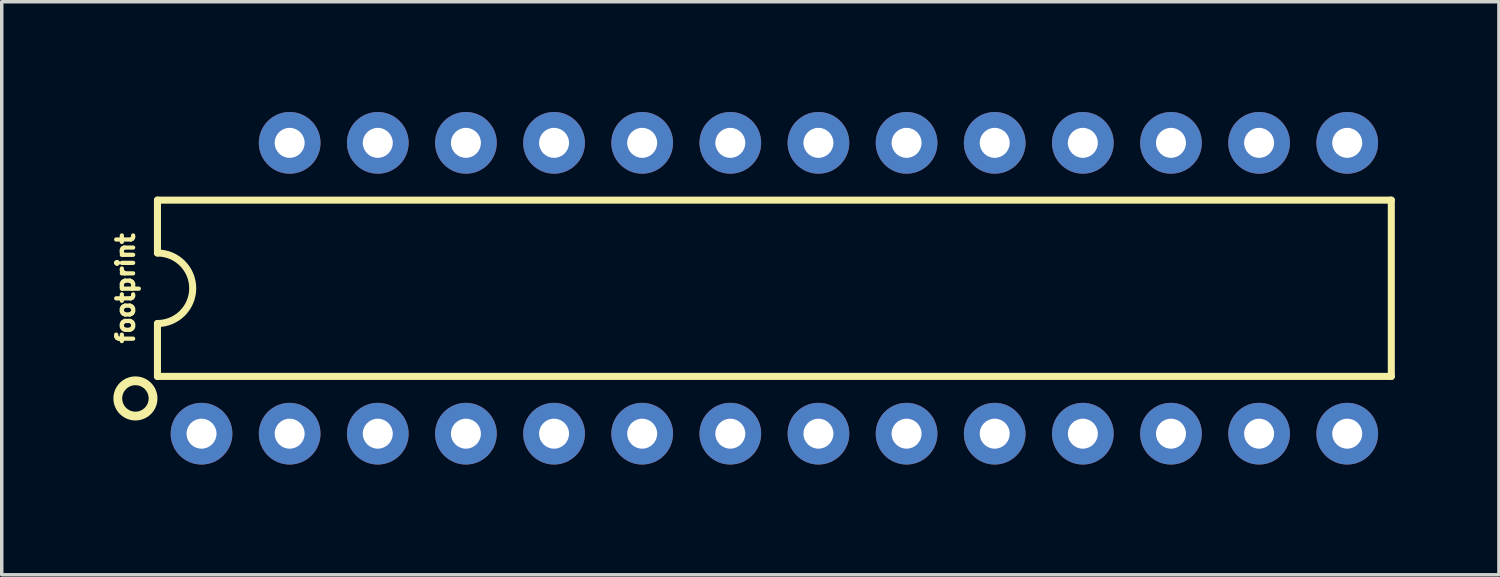
<source format=kicad_pcb>
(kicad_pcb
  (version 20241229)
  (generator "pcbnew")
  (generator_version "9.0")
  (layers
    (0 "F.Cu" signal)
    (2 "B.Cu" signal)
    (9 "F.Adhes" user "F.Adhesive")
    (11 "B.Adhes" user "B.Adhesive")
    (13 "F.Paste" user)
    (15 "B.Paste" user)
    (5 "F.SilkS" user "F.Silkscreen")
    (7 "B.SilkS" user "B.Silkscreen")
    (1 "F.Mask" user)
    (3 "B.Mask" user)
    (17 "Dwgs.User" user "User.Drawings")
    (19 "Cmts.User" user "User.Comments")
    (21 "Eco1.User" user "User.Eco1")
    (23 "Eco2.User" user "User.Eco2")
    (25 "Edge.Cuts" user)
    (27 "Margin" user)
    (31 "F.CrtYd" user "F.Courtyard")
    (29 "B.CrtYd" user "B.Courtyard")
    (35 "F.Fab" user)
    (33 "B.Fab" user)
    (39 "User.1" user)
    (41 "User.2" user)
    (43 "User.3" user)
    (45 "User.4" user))
  (footprint "footprint"
    (layer "F.Cu")
    (at 19.268 5.258)
    (property "Reference" "footprint" (at -18.415 0 90) (layer "F.SilkS") (effects (font (size 0.488 0.488) (thickness 0.122)) (justify bottom)))
    (fp_circle (center -16.51 4.191) (end -16.294 4.191) (stroke (width 0.432) (type solid)) (fill yes) (layer "F.Mask"))
    (fp_circle (center -13.97 -4.191) (end -13.754 -4.191) (stroke (width 0.432) (type solid)) (fill yes) (layer "F.Mask"))
    (fp_circle (center -13.97 4.191) (end -13.754 4.191) (stroke (width 0.432) (type solid)) (fill yes) (layer "F.Mask"))
    (fp_circle (center -11.43 -4.191) (end -11.214 -4.191) (stroke (width 0.432) (type solid)) (fill yes) (layer "F.Mask"))
    (fp_circle (center -11.43 4.191) (end -11.214 4.191) (stroke (width 0.432) (type solid)) (fill yes) (layer "F.Mask"))
    (fp_circle (center -8.89 -4.191) (end -8.674 -4.191) (stroke (width 0.432) (type solid)) (fill yes) (layer "F.Mask"))
    (fp_circle (center -8.89 4.191) (end -8.674 4.191) (stroke (width 0.432) (type solid)) (fill yes) (layer "F.Mask"))
    (fp_circle (center -6.35 -4.191) (end -6.134 -4.191) (stroke (width 0.432) (type solid)) (fill yes) (layer "F.Mask"))
    (fp_circle (center -6.35 4.191) (end -6.134 4.191) (stroke (width 0.432) (type solid)) (fill yes) (layer "F.Mask"))
    (fp_circle (center -3.81 -4.191) (end -3.594 -4.191) (stroke (width 0.432) (type solid)) (fill yes) (layer "F.Mask"))
    (fp_circle (center -3.81 4.191) (end -3.594 4.191) (stroke (width 0.432) (type solid)) (fill yes) (layer "F.Mask"))
    (fp_circle (center -1.27 -4.191) (end -1.054 -4.191) (stroke (width 0.432) (type solid)) (fill yes) (layer "F.Mask"))
    (fp_circle (center -1.27 4.191) (end -1.054 4.191) (stroke (width 0.432) (type solid)) (fill yes) (layer "F.Mask"))
    (fp_circle (center 1.27 -4.191) (end 1.486 -4.191) (stroke (width 0.432) (type solid)) (fill yes) (layer "F.Mask"))
    (fp_circle (center 1.27 4.191) (end 1.486 4.191) (stroke (width 0.432) (type solid)) (fill yes) (layer "F.Mask"))
    (fp_circle (center 3.81 -4.191) (end 4.026 -4.191) (stroke (width 0.432) (type solid)) (fill yes) (layer "F.Mask"))
    (fp_circle (center 3.81 4.191) (end 4.026 4.191) (stroke (width 0.432) (type solid)) (fill yes) (layer "F.Mask"))
    (fp_circle (center 6.35 -4.191) (end 6.566 -4.191) (stroke (width 0.432) (type solid)) (fill yes) (layer "F.Mask"))
    (fp_circle (center 6.35 4.191) (end 6.566 4.191) (stroke (width 0.432) (type solid)) (fill yes) (layer "F.Mask"))
    (fp_circle (center 8.89 -4.191) (end 9.106 -4.191) (stroke (width 0.432) (type solid)) (fill yes) (layer "F.Mask"))
    (fp_circle (center 8.89 4.191) (end 9.106 4.191) (stroke (width 0.432) (type solid)) (fill yes) (layer "F.Mask"))
    (fp_circle (center 11.43 -4.191) (end 11.646 -4.191) (stroke (width 0.432) (type solid)) (fill yes) (layer "F.Mask"))
    (fp_circle (center 11.43 4.191) (end 11.646 4.191) (stroke (width 0.432) (type solid)) (fill yes) (layer "F.Mask"))
    (fp_circle (center 13.97 -4.191) (end 14.186 -4.191) (stroke (width 0.432) (type solid)) (fill yes) (layer "F.Mask"))
    (fp_circle (center 13.97 4.191) (end 14.186 4.191) (stroke (width 0.432) (type solid)) (fill yes) (layer "F.Mask"))
    (fp_circle (center 16.51 -4.191) (end 16.726 -4.191) (stroke (width 0.432) (type solid)) (fill yes) (layer "F.Mask"))
    (fp_circle (center 16.51 4.191) (end 16.726 4.191) (stroke (width 0.432) (type solid)) (fill yes) (layer "F.Mask"))
    (fp_circle (center -16.51 4.191) (end -15.977 4.191) (stroke (width 1.067) (type solid)) (fill yes) (layer "B.Mask"))
    (fp_circle (center -13.97 -4.191) (end -13.437 -4.191) (stroke (width 1.067) (type solid)) (fill yes) (layer "B.Mask"))
    (fp_circle (center -13.97 4.191) (end -13.437 4.191) (stroke (width 1.067) (type solid)) (fill yes) (layer "B.Mask"))
    (fp_circle (center -11.43 -4.191) (end -10.897 -4.191) (stroke (width 1.067) (type solid)) (fill yes) (layer "B.Mask"))
    (fp_circle (center -11.43 4.191) (end -10.897 4.191) (stroke (width 1.067) (type solid)) (fill yes) (layer "B.Mask"))
    (fp_circle (center -8.89 -4.191) (end -8.357 -4.191) (stroke (width 1.067) (type solid)) (fill yes) (layer "B.Mask"))
    (fp_circle (center -8.89 4.191) (end -8.357 4.191) (stroke (width 1.067) (type solid)) (fill yes) (layer "B.Mask"))
    (fp_circle (center -6.35 -4.191) (end -5.817 -4.191) (stroke (width 1.067) (type solid)) (fill yes) (layer "B.Mask"))
    (fp_circle (center -6.35 4.191) (end -5.817 4.191) (stroke (width 1.067) (type solid)) (fill yes) (layer "B.Mask"))
    (fp_circle (center -3.81 -4.191) (end -3.277 -4.191) (stroke (width 1.067) (type solid)) (fill yes) (layer "B.Mask"))
    (fp_circle (center -3.81 4.191) (end -3.277 4.191) (stroke (width 1.067) (type solid)) (fill yes) (layer "B.Mask"))
    (fp_circle (center -1.27 -4.191) (end -0.737 -4.191) (stroke (width 1.067) (type solid)) (fill yes) (layer "B.Mask"))
    (fp_circle (center -1.27 4.191) (end -0.737 4.191) (stroke (width 1.067) (type solid)) (fill yes) (layer "B.Mask"))
    (fp_circle (center 1.27 -4.191) (end 1.803 -4.191) (stroke (width 1.067) (type solid)) (fill yes) (layer "B.Mask"))
    (fp_circle (center 1.27 4.191) (end 1.803 4.191) (stroke (width 1.067) (type solid)) (fill yes) (layer "B.Mask"))
    (fp_circle (center 3.81 -4.191) (end 4.343 -4.191) (stroke (width 1.067) (type solid)) (fill yes) (layer "B.Mask"))
    (fp_circle (center 3.81 4.191) (end 4.343 4.191) (stroke (width 1.067) (type solid)) (fill yes) (layer "B.Mask"))
    (fp_circle (center 6.35 -4.191) (end 6.883 -4.191) (stroke (width 1.067) (type solid)) (fill yes) (layer "B.Mask"))
    (fp_circle (center 6.35 4.191) (end 6.883 4.191) (stroke (width 1.067) (type solid)) (fill yes) (layer "B.Mask"))
    (fp_circle (center 8.89 -4.191) (end 9.423 -4.191) (stroke (width 1.067) (type solid)) (fill yes) (layer "B.Mask"))
    (fp_circle (center 8.89 4.191) (end 9.423 4.191) (stroke (width 1.067) (type solid)) (fill yes) (layer "B.Mask"))
    (fp_circle (center 11.43 -4.191) (end 11.963 -4.191) (stroke (width 1.067) (type solid)) (fill yes) (layer "B.Mask"))
    (fp_circle (center 11.43 4.191) (end 11.963 4.191) (stroke (width 1.067) (type solid)) (fill yes) (layer "B.Mask"))
    (fp_circle (center 13.97 -4.191) (end 14.503 -4.191) (stroke (width 1.067) (type solid)) (fill yes) (layer "B.Mask"))
    (fp_circle (center 13.97 4.191) (end 14.503 4.191) (stroke (width 1.067) (type solid)) (fill yes) (layer "B.Mask"))
    (fp_circle (center 16.51 -4.191) (end 17.043 -4.191) (stroke (width 1.067) (type solid)) (fill yes) (layer "B.Mask"))
    (fp_circle (center 16.51 4.191) (end 17.043 4.191) (stroke (width 1.067) (type solid)) (fill yes) (layer "B.Mask"))
    (fp_line (start -17.78 -2.54) (end -17.78 -1.016) (stroke (width 0.203) (type solid)) (layer "F.SilkS"))
    (fp_line (start -17.78 2.54) (end -17.78 1.016) (stroke (width 0.203) (type solid)) (layer "F.SilkS"))
    (fp_line (start -17.78 2.54) (end 17.78 2.54) (stroke (width 0.203) (type solid)) (layer "F.SilkS"))
    (fp_line (start 17.78 -2.54) (end -17.78 -2.54) (stroke (width 0.203) (type solid)) (layer "F.SilkS"))
    (fp_line (start 17.78 -2.54) (end 17.78 2.54) (stroke (width 0.203) (type solid)) (layer "F.SilkS"))
    (fp_arc (start -17.78 -1.016) (mid -16.764 0) (end -17.78 1.016) (stroke (width 0.2032) (type solid)) (layer "F.SilkS"))
    (fp_circle (center -18.415 3.175) (end -17.907 3.175) (stroke (width 0.254) (type solid)) (fill no) (layer "F.SilkS"))
    (pad "1" thru_hole circle (at -16.51 4.191 90) (size 1.778 1.778) (drill 0.864) (layers "*.Cu"))
    (pad "2" thru_hole circle (at -13.97 4.191 90) (size 1.778 1.778) (drill 0.864) (layers "*.Cu"))
    (pad "3" thru_hole circle (at -11.43 4.191 90) (size 1.778 1.778) (drill 0.864) (layers "*.Cu"))
    (pad "4" thru_hole circle (at -8.89 4.191 90) (size 1.778 1.778) (drill 0.864) (layers "*.Cu"))
    (pad "5" thru_hole circle (at -6.35 4.191 90) (size 1.778 1.778) (drill 0.864) (layers "*.Cu"))
    (pad "6" thru_hole circle (at -3.81 4.191 90) (size 1.778 1.778) (drill 0.864) (layers "*.Cu"))
    (pad "7" thru_hole circle (at -1.27 4.191 90) (size 1.778 1.778) (drill 0.864) (layers "*.Cu"))
    (pad "8" thru_hole circle (at 1.27 4.191 90) (size 1.778 1.778) (drill 0.864) (layers "*.Cu"))
    (pad "9" thru_hole circle (at 3.81 4.191 90) (size 1.778 1.778) (drill 0.864) (layers "*.Cu"))
    (pad "10" thru_hole circle (at 6.35 4.191 90) (size 1.778 1.778) (drill 0.864) (layers "*.Cu"))
    (pad "11" thru_hole circle (at 8.89 4.191 90) (size 1.778 1.778) (drill 0.864) (layers "*.Cu"))
    (pad "12" thru_hole circle (at 11.43 4.191 90) (size 1.778 1.778) (drill 0.864) (layers "*.Cu"))
    (pad "13" thru_hole circle (at 13.97 4.191 90) (size 1.778 1.778) (drill 0.864) (layers "*.Cu"))
    (pad "14" thru_hole circle (at 16.51 4.191 90) (size 1.778 1.778) (drill 0.864) (layers "*.Cu"))
    (pad "15" thru_hole circle (at 16.51 -4.191 90) (size 1.778 1.778) (drill 0.864) (layers "*.Cu"))
    (pad "16" thru_hole circle (at 13.97 -4.191 90) (size 1.778 1.778) (drill 0.864) (layers "*.Cu"))
    (pad "17" thru_hole circle (at 11.43 -4.191 90) (size 1.778 1.778) (drill 0.864) (layers "*.Cu"))
    (pad "18" thru_hole circle (at 8.89 -4.191 90) (size 1.778 1.778) (drill 0.864) (layers "*.Cu"))
    (pad "19" thru_hole circle (at 6.35 -4.191 90) (size 1.778 1.778) (drill 0.864) (layers "*.Cu"))
    (pad "20" thru_hole circle (at 3.81 -4.191 90) (size 1.778 1.778) (drill 0.864) (layers "*.Cu"))
    (pad "21" thru_hole circle (at 1.27 -4.191 90) (size 1.778 1.778) (drill 0.864) (layers "*.Cu"))
    (pad "22" thru_hole circle (at -1.27 -4.191 90) (size 1.778 1.778) (drill 0.864) (layers "*.Cu"))
    (pad "23" thru_hole circle (at -3.81 -4.191 90) (size 1.778 1.778) (drill 0.864) (layers "*.Cu"))
    (pad "24" thru_hole circle (at -6.35 -4.191 90) (size 1.778 1.778) (drill 0.864) (layers "*.Cu"))
    (pad "25" thru_hole circle (at -8.89 -4.191 90) (size 1.778 1.778) (drill 0.864) (layers "*.Cu"))
    (pad "26" thru_hole circle (at -11.43 -4.191 90) (size 1.778 1.778) (drill 0.864) (layers "*.Cu"))
    (pad "27" thru_hole circle (at -13.97 -4.191 90) (size 1.778 1.778) (drill 0.864) (layers "*.Cu")))
  (gr_rect
    (start -3 -3)
    (end 40.15 13.516)
    (stroke (width 0.1) (type default))
    (fill no)
    (layer "Edge.Cuts")))
</source>
